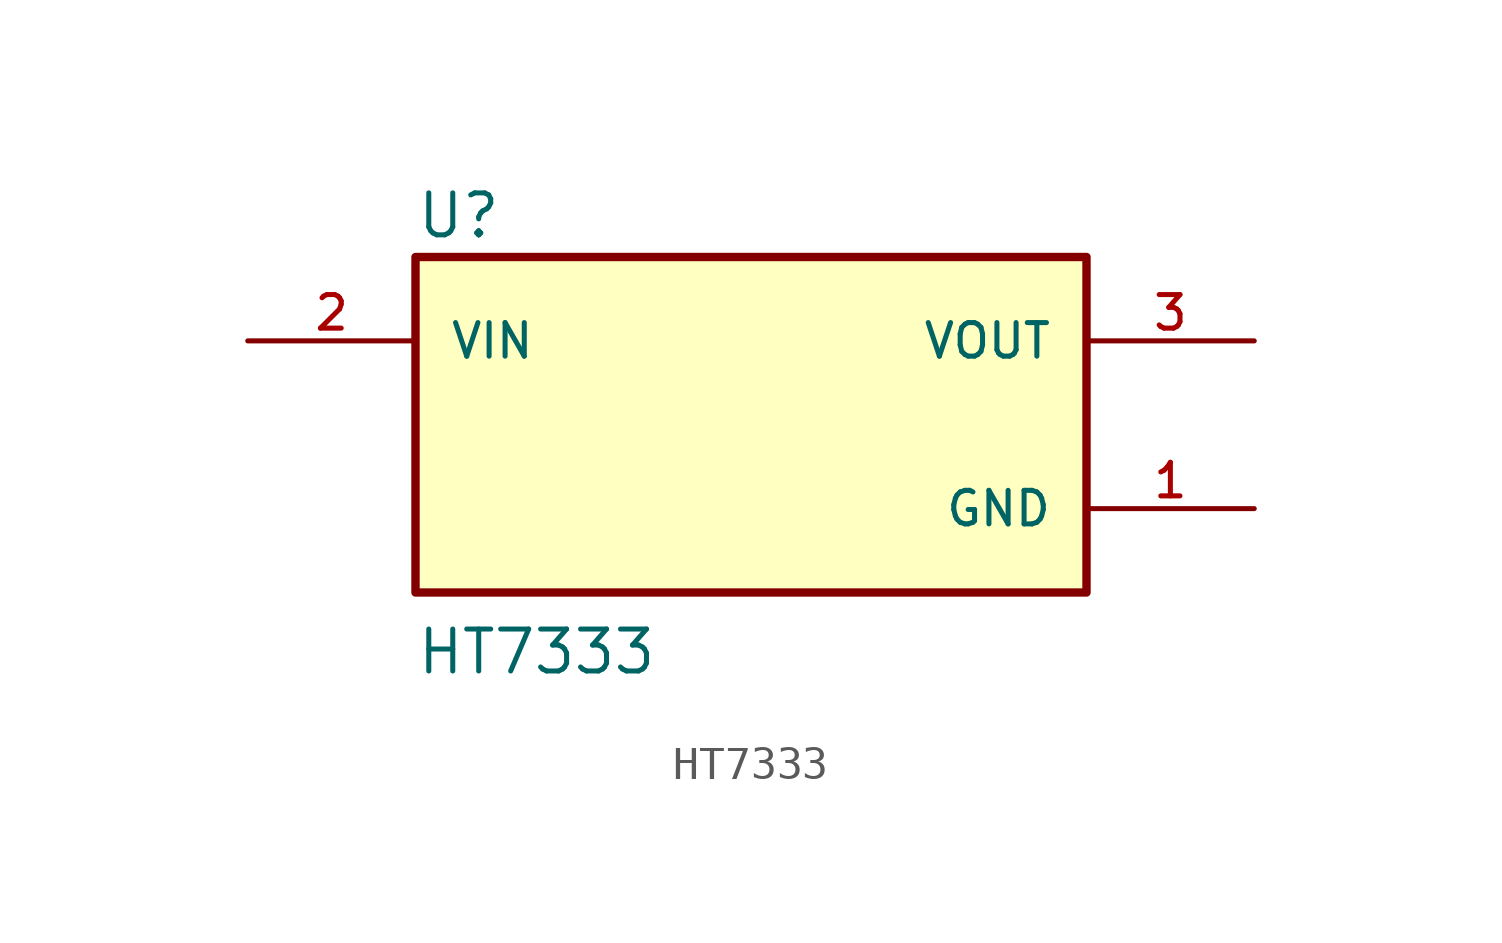
<source format=kicad_sym>
(kicad_symbol_lib
  (version 20211014)
  (generator kicad_symbol_editor)
  (symbol "HT7333"
    (pin_names
      (offset 1.016))
    (property "Reference" "U"
      (at -10.16 5.588 0)
      (effects (font (size 1.27 1.27)) (justify bottom left)))
    (property "Value" "HT7333"
      (at -10.16 -7.62 0)
      (effects (font (size 1.27 1.27)) (justify bottom left)))
    (symbol "HT7333_0_0"
      (rectangle (start -10.16 -5.08) (end 10.16 5.08) (stroke (width 0.254)) (fill (type background)))
      (pin input line (at -15.24 2.54 0) (length 5.08) (name "VIN" (effects (font (size 1.016 1.016)))) (number "2" (effects (font (size 1.016 1.016)))))
      (pin power_in line (at 15.24 -2.54 180.0) (length 5.08) (name "GND" (effects (font (size 1.016 1.016)))) (number "1" (effects (font (size 1.016 1.016)))))
      (pin output line (at 15.24 2.54 180.0) (length 5.08) (name "VOUT" (effects (font (size 1.016 1.016)))) (number "3" (effects (font (size 1.016 1.016))))))))
</source>
